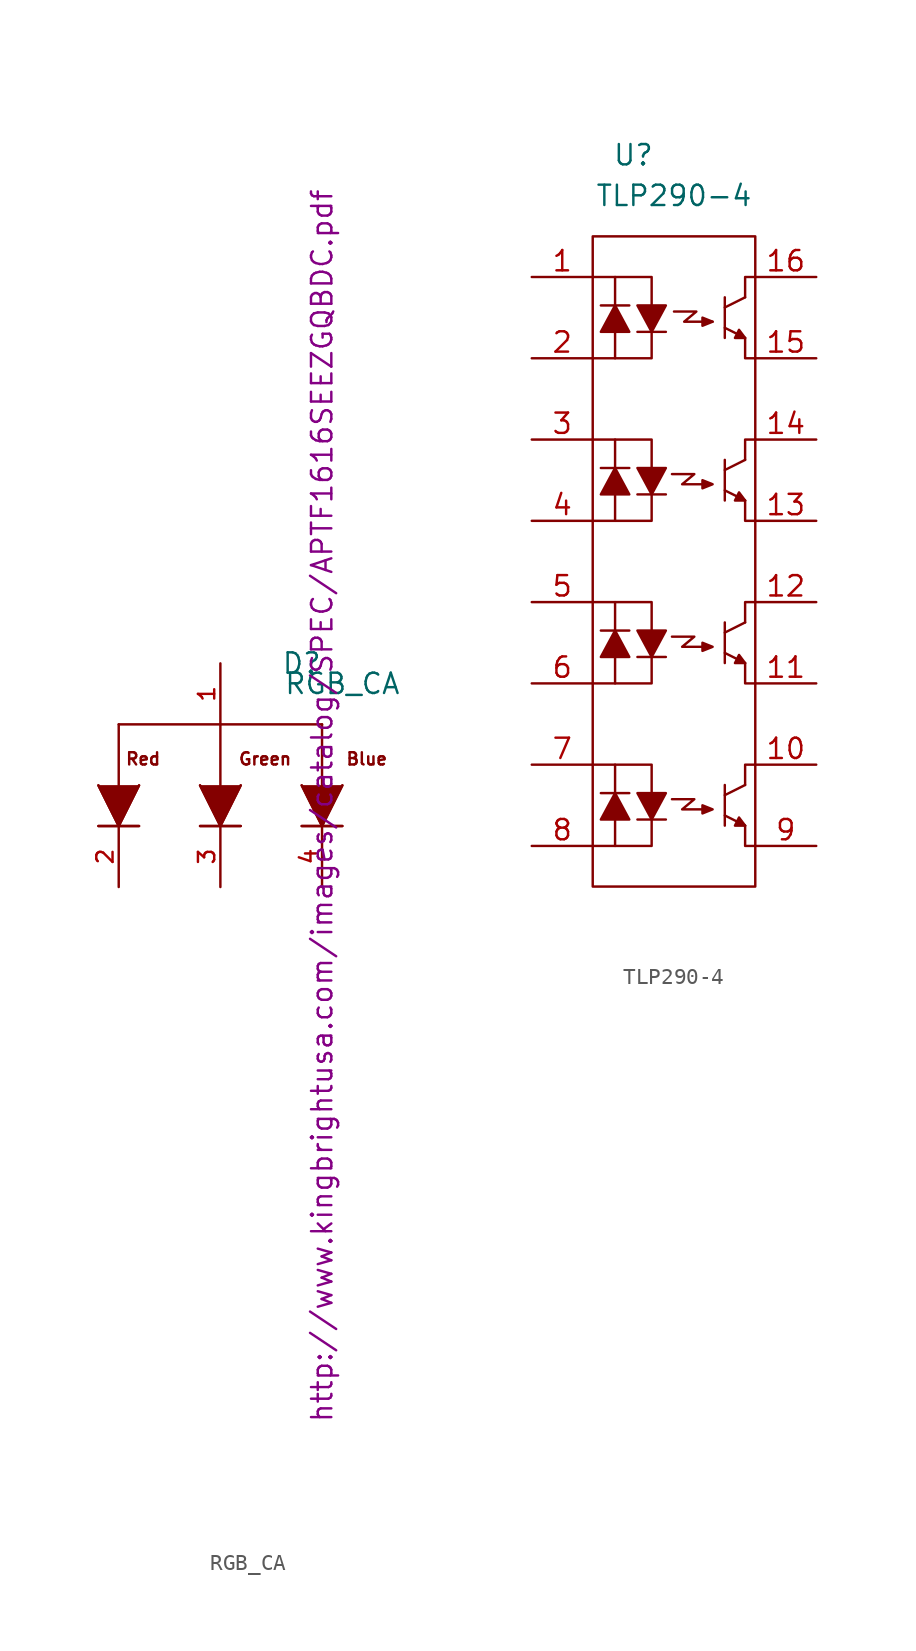
<source format=kicad_sym>
(kicad_symbol_lib
  (version 20231120)
  (generator "kicad_symbol_editor")
  (generator_version "8.0")
  (symbol "RGB_CA"
    (pin_names
      (offset 1.016) hide)
    (property "Reference" "D"
      (at 5.08 -1.27 0)
      (effects (font (size 1.27 1.27))))
    (property "Value" "RGB_CA"
      (at 7.62 -2.54 0)
      (effects (font (size 1.27 1.27))))
    (property "Footprint" ""
      (at 6.35 -10.16 0)
      (effects (font (size 1.27 1.27))))
    (property "Datasheet" "http://www.kingbrightusa.com/images/catalog/SPEC/APTF1616SEEZGQBDC.pdf"
      (at 6.35 -10.16 90)
      (effects (font (size 1.27 1.27))))
    (symbol "RGB_CA_0_0"
      (polyline (pts (xy -6.35 -5.08) (xy -6.35 -8.89)) (stroke (width 0) (type default)) (fill (type none)))
      (polyline (pts (xy 0 -5.08) (xy 0 -8.89)) (stroke (width 0) (type default)) (fill (type none)))
      (polyline (pts (xy 6.35 -5.08) (xy 6.35 -8.89)) (stroke (width 0) (type default)) (fill (type none)))
      (polyline (pts (xy 6.35 -5.08) (xy 0 -5.08) (xy -6.35 -5.08)) (stroke (width 0) (type default)) (fill (type none)))
      (text "Blue" (at 9.144 -7.239 0) (effects (font (size 0.762 0.762))))
      (text "Green" (at 2.794 -7.239 0) (effects (font (size 0.762 0.762))))
      (text "Red" (at -4.826 -7.239 0) (effects (font (size 0.762 0.762)))))
    (symbol "RGB_CA_0_1"
      (polyline (pts (xy -5.08 -11.43) (xy -7.62 -11.43)) (stroke (width 0) (type default)) (fill (type none)))
      (polyline (pts (xy -5.08 -11.43) (xy -7.62 -11.43)) (stroke (width 0) (type default)) (fill (type none)))
      (polyline (pts (xy 1.27 -11.43) (xy -1.27 -11.43)) (stroke (width 0) (type default)) (fill (type none)))
      (polyline (pts (xy 1.27 -11.43) (xy -1.27 -11.43)) (stroke (width 0) (type default)) (fill (type none)))
      (polyline (pts (xy 7.62 -11.43) (xy 5.08 -11.43)) (stroke (width 0) (type default)) (fill (type none)))
      (polyline (pts (xy 7.62 -11.43) (xy 5.08 -11.43)) (stroke (width 0) (type default)) (fill (type none)))
      (polyline (pts (xy -5.08 -8.89) (xy -6.35 -11.43) (xy -7.62 -8.89)) (stroke (width 0) (type default)) (fill (type outline)))
      (polyline (pts (xy -5.08 -8.89) (xy -6.35 -11.43) (xy -7.62 -8.89)) (stroke (width 0) (type default)) (fill (type outline)))
      (polyline (pts (xy 1.27 -8.89) (xy 0 -11.43) (xy -1.27 -8.89)) (stroke (width 0) (type default)) (fill (type outline)))
      (polyline (pts (xy 1.27 -8.89) (xy 0 -11.43) (xy -1.27 -8.89)) (stroke (width 0) (type default)) (fill (type outline)))
      (polyline (pts (xy 7.62 -8.89) (xy 6.35 -11.43) (xy 5.08 -8.89)) (stroke (width 0) (type default)) (fill (type outline)))
      (polyline (pts (xy 7.62 -8.89) (xy 6.35 -11.43) (xy 5.08 -8.89)) (stroke (width 0) (type default)) (fill (type outline))))
    (symbol "RGB_CA_1_1"
      (pin passive line (at 0 -1.27 270) (length 3.81) (name "~" (effects (font (size 1.016 1.016)))) (number "1" (effects (font (size 1.016 1.016)))))
      (pin passive line (at -6.35 -15.24 90) (length 3.81) (name "K" (effects (font (size 1.016 1.016)))) (number "2" (effects (font (size 1.016 1.016)))))
      (pin passive line (at 0 -15.24 90) (length 3.81) (name "K" (effects (font (size 1.016 1.016)))) (number "3" (effects (font (size 1.016 1.016)))))
      (pin passive line (at 6.35 -15.24 90) (length 3.81) (name "K" (effects (font (size 1.016 1.016)))) (number "4" (effects (font (size 1.016 1.016)))))))
  (symbol "TLP290-4"
    (pin_names
      (offset 1.016) hide)
    (property "Reference" "U"
      (at -2.54 25.4 0)
      (effects (font (size 1.27 1.27))))
    (property "Value" "TLP290-4"
      (at 0 22.86 0)
      (effects (font (size 1.27 1.27))))
    (symbol "TLP290-4_0_1"
      (rectangle (start -5.08 20.32) (end 5.08 -20.32) (stroke (width 0) (type default)) (fill (type none)))
      (polyline (pts (xy -4.572 -14.478) (xy -2.794 -14.478)) (stroke (width 0) (type default)) (fill (type none)))
      (polyline (pts (xy -4.572 -4.318) (xy -2.794 -4.318)) (stroke (width 0) (type default)) (fill (type none)))
      (polyline (pts (xy -4.572 5.842) (xy -2.794 5.842)) (stroke (width 0) (type default)) (fill (type none)))
      (polyline (pts (xy -4.572 16.002) (xy -2.794 16.002)) (stroke (width 0) (type default)) (fill (type none)))
      (polyline (pts (xy -3.683 -12.7) (xy -3.683 -17.78)) (stroke (width 0) (type default)) (fill (type none)))
      (polyline (pts (xy -3.683 -2.54) (xy -3.683 -7.62)) (stroke (width 0) (type default)) (fill (type none)))
      (polyline (pts (xy -3.683 7.62) (xy -3.683 2.54)) (stroke (width 0) (type default)) (fill (type none)))
      (polyline (pts (xy -3.683 17.78) (xy -3.683 12.7)) (stroke (width 0) (type default)) (fill (type none)))
      (polyline (pts (xy -2.286 -16.129) (xy -0.508 -16.129)) (stroke (width 0) (type default)) (fill (type none)))
      (polyline (pts (xy -2.286 -5.969) (xy -0.508 -5.969)) (stroke (width 0) (type default)) (fill (type none)))
      (polyline (pts (xy -2.286 4.191) (xy -0.508 4.191)) (stroke (width 0) (type default)) (fill (type none)))
      (polyline (pts (xy -2.286 14.351) (xy -0.508 14.351)) (stroke (width 0) (type default)) (fill (type none)))
      (polyline (pts (xy -5.08 -12.7) (xy -1.397 -12.7) (xy -1.397 -17.78) (xy -5.08 -17.78)) (stroke (width 0) (type default)) (fill (type none)))
      (polyline (pts (xy -5.08 -2.54) (xy -1.397 -2.54) (xy -1.397 -7.62) (xy -5.08 -7.62)) (stroke (width 0) (type default)) (fill (type none)))
      (polyline (pts (xy -5.08 7.62) (xy -1.397 7.62) (xy -1.397 2.54) (xy -5.08 2.54)) (stroke (width 0) (type default)) (fill (type none)))
      (polyline (pts (xy -5.08 17.78) (xy -1.397 17.78) (xy -1.397 12.7) (xy -5.08 12.7)) (stroke (width 0) (type default)) (fill (type none)))
      (polyline (pts (xy -2.794 -16.129) (xy -4.572 -16.129) (xy -3.683 -14.478) (xy -2.794 -16.129)) (stroke (width 0) (type default)) (fill (type outline)))
      (polyline (pts (xy -2.794 -5.969) (xy -4.572 -5.969) (xy -3.683 -4.318) (xy -2.794 -5.969)) (stroke (width 0) (type default)) (fill (type outline)))
      (polyline (pts (xy -2.794 4.191) (xy -4.572 4.191) (xy -3.683 5.842) (xy -2.794 4.191)) (stroke (width 0) (type default)) (fill (type outline)))
      (polyline (pts (xy -2.794 14.351) (xy -4.572 14.351) (xy -3.683 16.002) (xy -2.794 14.351)) (stroke (width 0) (type default)) (fill (type outline)))
      (polyline (pts (xy -2.286 -14.478) (xy -0.508 -14.478) (xy -1.397 -16.129) (xy -2.286 -14.478)) (stroke (width 0) (type default)) (fill (type outline)))
      (polyline (pts (xy -2.286 -4.318) (xy -0.508 -4.318) (xy -1.397 -5.969) (xy -2.286 -4.318)) (stroke (width 0) (type default)) (fill (type outline)))
      (polyline (pts (xy -2.286 5.842) (xy -0.508 5.842) (xy -1.397 4.191) (xy -2.286 5.842)) (stroke (width 0) (type default)) (fill (type outline)))
      (polyline (pts (xy -2.286 16.002) (xy -0.508 16.002) (xy -1.397 14.351) (xy -2.286 16.002)) (stroke (width 0) (type default)) (fill (type outline))))
    (symbol "TLP290-4_1_1"
      (polyline (pts (xy 3.175 -15.875) (xy 4.445 -16.51)) (stroke (width 0) (type default)) (fill (type none)))
      (polyline (pts (xy 3.175 -14.605) (xy 4.445 -13.97)) (stroke (width 0) (type default)) (fill (type none)))
      (polyline (pts (xy 3.175 -13.97) (xy 3.175 -16.51)) (stroke (width 0) (type default)) (fill (type none)))
      (polyline (pts (xy 3.175 -5.715) (xy 4.445 -6.35)) (stroke (width 0) (type default)) (fill (type none)))
      (polyline (pts (xy 3.175 -4.445) (xy 4.445 -3.81)) (stroke (width 0) (type default)) (fill (type none)))
      (polyline (pts (xy 3.175 -3.81) (xy 3.175 -6.35)) (stroke (width 0) (type default)) (fill (type none)))
      (polyline (pts (xy 3.175 4.445) (xy 4.445 3.81)) (stroke (width 0) (type default)) (fill (type none)))
      (polyline (pts (xy 3.175 5.715) (xy 4.445 6.35)) (stroke (width 0) (type default)) (fill (type none)))
      (polyline (pts (xy 3.175 6.35) (xy 3.175 3.81)) (stroke (width 0) (type default)) (fill (type none)))
      (polyline (pts (xy 3.175 14.605) (xy 4.445 13.97)) (stroke (width 0) (type default)) (fill (type none)))
      (polyline (pts (xy 3.175 15.875) (xy 4.445 16.51)) (stroke (width 0) (type default)) (fill (type none)))
      (polyline (pts (xy 3.175 16.51) (xy 3.175 13.97)) (stroke (width 0) (type default)) (fill (type none)))
      (polyline (pts (xy 4.445 -16.51) (xy 4.445 -17.78) (xy 5.08 -17.78)) (stroke (width 0) (type default)) (fill (type none)))
      (polyline (pts (xy 4.445 -13.97) (xy 4.445 -12.7) (xy 5.08 -12.7)) (stroke (width 0) (type default)) (fill (type none)))
      (polyline (pts (xy 4.445 -6.35) (xy 4.445 -7.62) (xy 5.08 -7.62)) (stroke (width 0) (type default)) (fill (type none)))
      (polyline (pts (xy 4.445 -3.81) (xy 4.445 -2.54) (xy 5.08 -2.54)) (stroke (width 0) (type default)) (fill (type none)))
      (polyline (pts (xy 4.445 3.81) (xy 4.445 2.54) (xy 5.08 2.54)) (stroke (width 0) (type default)) (fill (type none)))
      (polyline (pts (xy 4.445 6.35) (xy 4.445 7.62) (xy 5.08 7.62)) (stroke (width 0) (type default)) (fill (type none)))
      (polyline (pts (xy 4.445 13.97) (xy 4.445 12.7) (xy 5.08 12.7)) (stroke (width 0) (type default)) (fill (type none)))
      (polyline (pts (xy 4.445 16.51) (xy 4.445 17.78) (xy 5.08 17.78)) (stroke (width 0) (type default)) (fill (type none)))
      (polyline (pts (xy 2.413 -15.494) (xy 1.778 -15.24) (xy 1.778 -15.748) (xy 2.413 -15.494)) (stroke (width 0) (type default)) (fill (type outline)))
      (polyline (pts (xy 2.413 -5.334) (xy 1.778 -5.08) (xy 1.778 -5.588) (xy 2.413 -5.334)) (stroke (width 0) (type default)) (fill (type outline)))
      (polyline (pts (xy 2.413 4.826) (xy 1.778 5.08) (xy 1.778 4.572) (xy 2.413 4.826)) (stroke (width 0) (type default)) (fill (type outline)))
      (polyline (pts (xy 2.413 14.986) (xy 1.778 15.24) (xy 1.778 14.732) (xy 2.413 14.986)) (stroke (width 0) (type default)) (fill (type outline)))
      (polyline (pts (xy 4.445 -16.51) (xy 4.064 -16.002) (xy 3.81 -16.51) (xy 4.445 -16.51)) (stroke (width 0) (type default)) (fill (type outline)))
      (polyline (pts (xy 4.445 -6.35) (xy 4.064 -5.842) (xy 3.81 -6.35) (xy 4.445 -6.35)) (stroke (width 0) (type default)) (fill (type outline)))
      (polyline (pts (xy 4.445 3.81) (xy 4.064 4.318) (xy 3.81 3.81) (xy 4.445 3.81)) (stroke (width 0) (type default)) (fill (type outline)))
      (polyline (pts (xy 4.445 13.97) (xy 4.064 14.478) (xy 3.81 13.97) (xy 4.445 13.97)) (stroke (width 0) (type default)) (fill (type outline)))
      (polyline (pts (xy -0.127 -14.859) (xy 1.27 -14.859) (xy 0.508 -15.494) (xy 2.159 -15.494) (xy 2.286 -15.494) (xy 2.159 -15.494)) (stroke (width 0) (type default)) (fill (type none)))
      (polyline (pts (xy -0.127 -4.699) (xy 1.27 -4.699) (xy 0.508 -5.334) (xy 2.159 -5.334) (xy 2.286 -5.334) (xy 2.159 -5.334)) (stroke (width 0) (type default)) (fill (type none)))
      (polyline (pts (xy -0.127 5.461) (xy 1.27 5.461) (xy 0.508 4.826) (xy 2.159 4.826) (xy 2.286 4.826) (xy 2.159 4.826)) (stroke (width 0) (type default)) (fill (type none)))
      (polyline (pts (xy 0 15.621) (xy 1.397 15.621) (xy 0.635 14.986) (xy 2.286 14.986) (xy 2.413 14.986) (xy 2.286 14.986)) (stroke (width 0) (type default)) (fill (type none)))
      (pin input line (at -8.89 17.78 0) (length 3.81) (name "A1" (effects (font (size 1.27 1.27)))) (number "1" (effects (font (size 1.27 1.27)))))
      (pin input line (at 8.89 -12.7 180) (length 3.81) (name "C4" (effects (font (size 1.27 1.27)))) (number "10" (effects (font (size 1.27 1.27)))))
      (pin input line (at 8.89 -7.62 180) (length 3.81) (name "E3" (effects (font (size 1.27 1.27)))) (number "11" (effects (font (size 1.27 1.27)))))
      (pin input line (at 8.89 -2.54 180) (length 3.81) (name "C3" (effects (font (size 1.27 1.27)))) (number "12" (effects (font (size 1.27 1.27)))))
      (pin input line (at 8.89 2.54 180) (length 3.81) (name "E2" (effects (font (size 1.27 1.27)))) (number "13" (effects (font (size 1.27 1.27)))))
      (pin input line (at 8.89 7.62 180) (length 3.81) (name "C2" (effects (font (size 1.27 1.27)))) (number "14" (effects (font (size 1.27 1.27)))))
      (pin input line (at 8.89 12.7 180) (length 3.81) (name "E1" (effects (font (size 1.27 1.27)))) (number "15" (effects (font (size 1.27 1.27)))))
      (pin input line (at 8.89 17.78 180) (length 3.81) (name "C1" (effects (font (size 1.27 1.27)))) (number "16" (effects (font (size 1.27 1.27)))))
      (pin input line (at -8.89 12.7 0) (length 3.81) (name "K1" (effects (font (size 1.27 1.27)))) (number "2" (effects (font (size 1.27 1.27)))))
      (pin input line (at -8.89 7.62 0) (length 3.81) (name "A2" (effects (font (size 1.27 1.27)))) (number "3" (effects (font (size 1.27 1.27)))))
      (pin input line (at -8.89 2.54 0) (length 3.81) (name "K2" (effects (font (size 1.27 1.27)))) (number "4" (effects (font (size 1.27 1.27)))))
      (pin input line (at -8.89 -2.54 0) (length 3.81) (name "A3" (effects (font (size 1.27 1.27)))) (number "5" (effects (font (size 1.27 1.27)))))
      (pin input line (at -8.89 -7.62 0) (length 3.81) (name "K3" (effects (font (size 1.27 1.27)))) (number "6" (effects (font (size 1.27 1.27)))))
      (pin input line (at -8.89 -12.7 0) (length 3.81) (name "A4" (effects (font (size 1.27 1.27)))) (number "7" (effects (font (size 1.27 1.27)))))
      (pin input line (at -8.89 -17.78 0) (length 3.81) (name "K4" (effects (font (size 1.27 1.27)))) (number "8" (effects (font (size 1.27 1.27)))))
      (pin input line (at 8.89 -17.78 180) (length 3.81) (name "E4" (effects (font (size 1.27 1.27)))) (number "9" (effects (font (size 1.27 1.27))))))))
</source>
